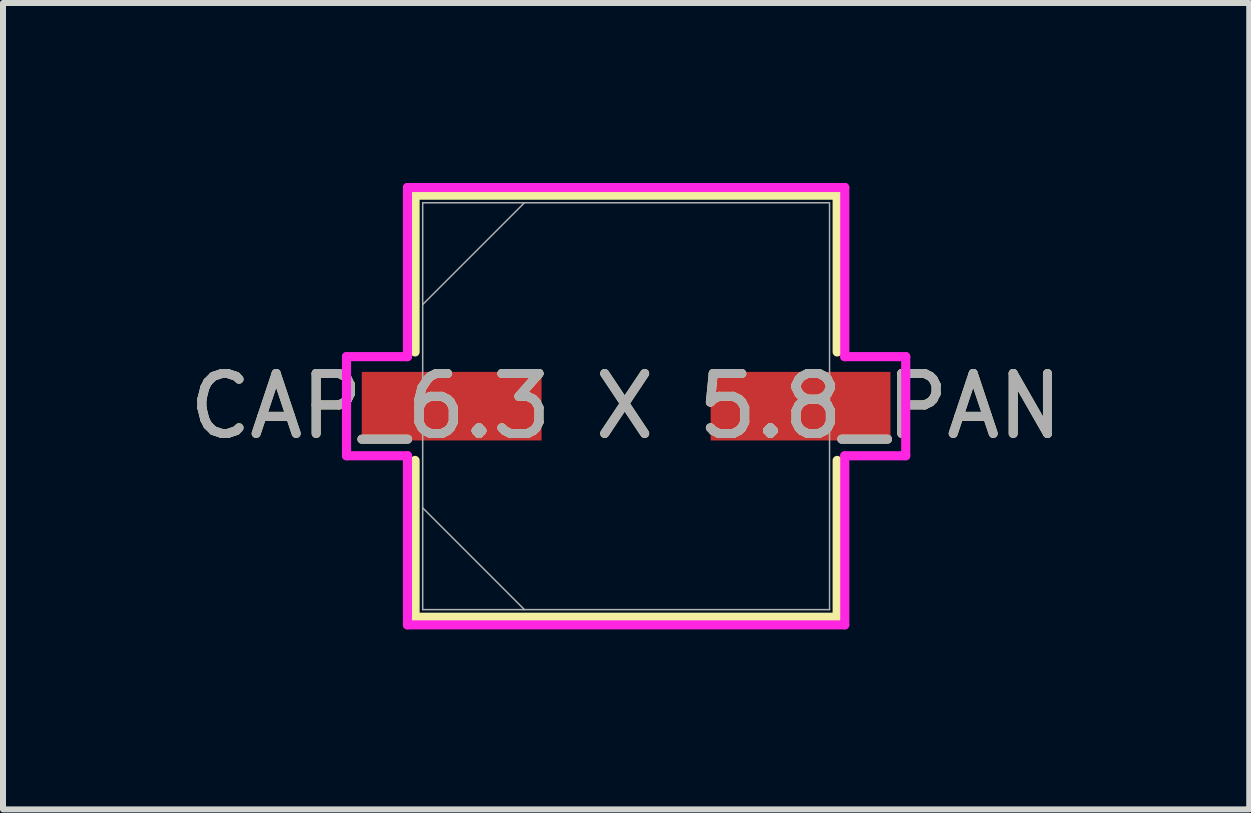
<source format=kicad_pcb>
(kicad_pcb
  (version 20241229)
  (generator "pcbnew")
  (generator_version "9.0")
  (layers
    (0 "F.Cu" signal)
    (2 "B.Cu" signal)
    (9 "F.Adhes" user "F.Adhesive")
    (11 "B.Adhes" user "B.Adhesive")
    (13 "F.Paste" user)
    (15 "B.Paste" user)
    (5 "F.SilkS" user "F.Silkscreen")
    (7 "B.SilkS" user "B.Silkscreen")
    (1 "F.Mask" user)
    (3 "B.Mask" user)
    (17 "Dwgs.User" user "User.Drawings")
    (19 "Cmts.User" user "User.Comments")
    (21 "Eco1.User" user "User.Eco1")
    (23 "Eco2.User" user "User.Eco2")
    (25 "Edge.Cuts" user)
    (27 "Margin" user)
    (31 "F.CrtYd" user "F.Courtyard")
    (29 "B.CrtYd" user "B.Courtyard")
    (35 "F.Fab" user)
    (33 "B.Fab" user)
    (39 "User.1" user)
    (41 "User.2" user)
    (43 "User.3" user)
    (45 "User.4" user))
  (footprint "CAP_6.3 X 5.8_PAN"
    (layer "F.Cu")
    (at 7.387 3.721)
    (property "Reference" "CAP_6.3 X 5.8_PAN" (at 0 0 0) (unlocked yes) (layer "F.SilkS") (effects (font (size 1 1) (thickness 0.15))))
    (attr smd)
    (fp_line (start -3.518 -3.518) (end -3.518 -0.904) (stroke (width 0.152) (type solid)) (layer "F.SilkS"))
    (fp_line (start -3.518 0.904) (end -3.518 3.518) (stroke (width 0.152) (type solid)) (layer "F.SilkS"))
    (fp_line (start -3.518 3.518) (end 3.518 3.518) (stroke (width 0.152) (type solid)) (layer "F.SilkS"))
    (fp_line (start 3.518 -3.518) (end -3.518 -3.518) (stroke (width 0.152) (type solid)) (layer "F.SilkS"))
    (fp_line (start 3.518 -0.904) (end 3.518 -3.518) (stroke (width 0.152) (type solid)) (layer "F.SilkS"))
    (fp_line (start 3.518 3.518) (end 3.518 0.904) (stroke (width 0.152) (type solid)) (layer "F.SilkS"))
    (fp_line (start -4.661 -0.826) (end -3.645 -0.826) (stroke (width 0.152) (type solid)) (layer "F.CrtYd"))
    (fp_line (start -4.661 0.826) (end -4.661 -0.826) (stroke (width 0.152) (type solid)) (layer "F.CrtYd"))
    (fp_line (start -3.645 -3.645) (end 3.645 -3.645) (stroke (width 0.152) (type solid)) (layer "F.CrtYd"))
    (fp_line (start -3.645 -0.826) (end -3.645 -3.645) (stroke (width 0.152) (type solid)) (layer "F.CrtYd"))
    (fp_line (start -3.645 0.826) (end -4.661 0.826) (stroke (width 0.152) (type solid)) (layer "F.CrtYd"))
    (fp_line (start -3.645 3.645) (end -3.645 0.826) (stroke (width 0.152) (type solid)) (layer "F.CrtYd"))
    (fp_line (start 3.645 -3.645) (end 3.645 -0.826) (stroke (width 0.152) (type solid)) (layer "F.CrtYd"))
    (fp_line (start 3.645 -0.826) (end 4.661 -0.826) (stroke (width 0.152) (type solid)) (layer "F.CrtYd"))
    (fp_line (start 3.645 0.826) (end 3.645 3.645) (stroke (width 0.152) (type solid)) (layer "F.CrtYd"))
    (fp_line (start 3.645 3.645) (end -3.645 3.645) (stroke (width 0.152) (type solid)) (layer "F.CrtYd"))
    (fp_line (start 4.661 -0.826) (end 4.661 0.826) (stroke (width 0.152) (type solid)) (layer "F.CrtYd"))
    (fp_line (start 4.661 0.826) (end 3.645 0.826) (stroke (width 0.152) (type solid)) (layer "F.CrtYd"))
    (fp_line (start -3.391 -3.391) (end -3.391 3.391) (stroke (width 0.025) (type solid)) (layer "F.Fab"))
    (fp_line (start -3.391 -1.695) (end -1.695 -3.391) (stroke (width 0.025) (type solid)) (layer "F.Fab"))
    (fp_line (start -3.391 1.695) (end -1.695 3.391) (stroke (width 0.025) (type solid)) (layer "F.Fab"))
    (fp_line (start -3.391 3.391) (end 3.391 3.391) (stroke (width 0.025) (type solid)) (layer "F.Fab"))
    (fp_line (start 3.391 -3.391) (end -3.391 -3.391) (stroke (width 0.025) (type solid)) (layer "F.Fab"))
    (fp_line (start 3.391 3.391) (end 3.391 -3.391) (stroke (width 0.025) (type solid)) (layer "F.Fab"))
    (fp_circle (center -2.883 0) (end -2.883 0) (stroke (width 0.025) (type solid)) (fill no) (layer "F.Fab"))
    (fp_text user "${REFERENCE}" (at 0 0 0) (unlocked yes) (layer "F.Fab") (effects (font (size 1 1) (thickness 0.15))))
    (pad "1" smd rect (at -2.908 0) (size 2.997 1.143) (layers "F.Cu" "F.Mask" "F.Paste"))
    (pad "2" smd rect (at 2.908 0) (size 2.997 1.143) (layers "F.Cu" "F.Mask" "F.Paste"))
    (zone (net_name "") (layer "F.Cu") (hatch full 0.508) (connect_pads) (min_thickness 0.254) (filled_areas_thickness no) (keepout (tracks not_allowed) (vias not_allowed) (pads allowed) (copperpour not_allowed) (footprints allowed)) (placement (enabled no)) (fill) (polygon (pts (xy 4.047 0.381) (xy 10.727 0.381) (xy 10.727 3.099) (xy 4.047 3.099))))
    (zone (net_name "") (layer "F.Cu") (hatch full 0.508) (connect_pads) (min_thickness 0.254) (filled_areas_thickness no) (keepout (tracks not_allowed) (vias not_allowed) (pads allowed) (copperpour not_allowed) (footprints allowed)) (placement (enabled no)) (fill) (polygon (pts (xy 4.047 4.343) (xy 10.727 4.343) (xy 10.727 7.061) (xy 4.047 7.061))))
    (zone (net_name "") (layer "F.Cu") (hatch full 0.508) (connect_pads) (min_thickness 0.254) (filled_areas_thickness no) (keepout (tracks not_allowed) (vias not_allowed) (pads allowed) (copperpour not_allowed) (footprints allowed)) (placement (enabled no)) (fill) (polygon (pts (xy 6.028 3.099) (xy 8.746 3.099) (xy 8.746 4.343) (xy 6.028 4.343)))))
  (gr_rect
    (start -3 -3)
    (end 17.774 10.442)
    (stroke (width 0.1) (type default))
    (fill no)
    (layer "Edge.Cuts")))
</source>
